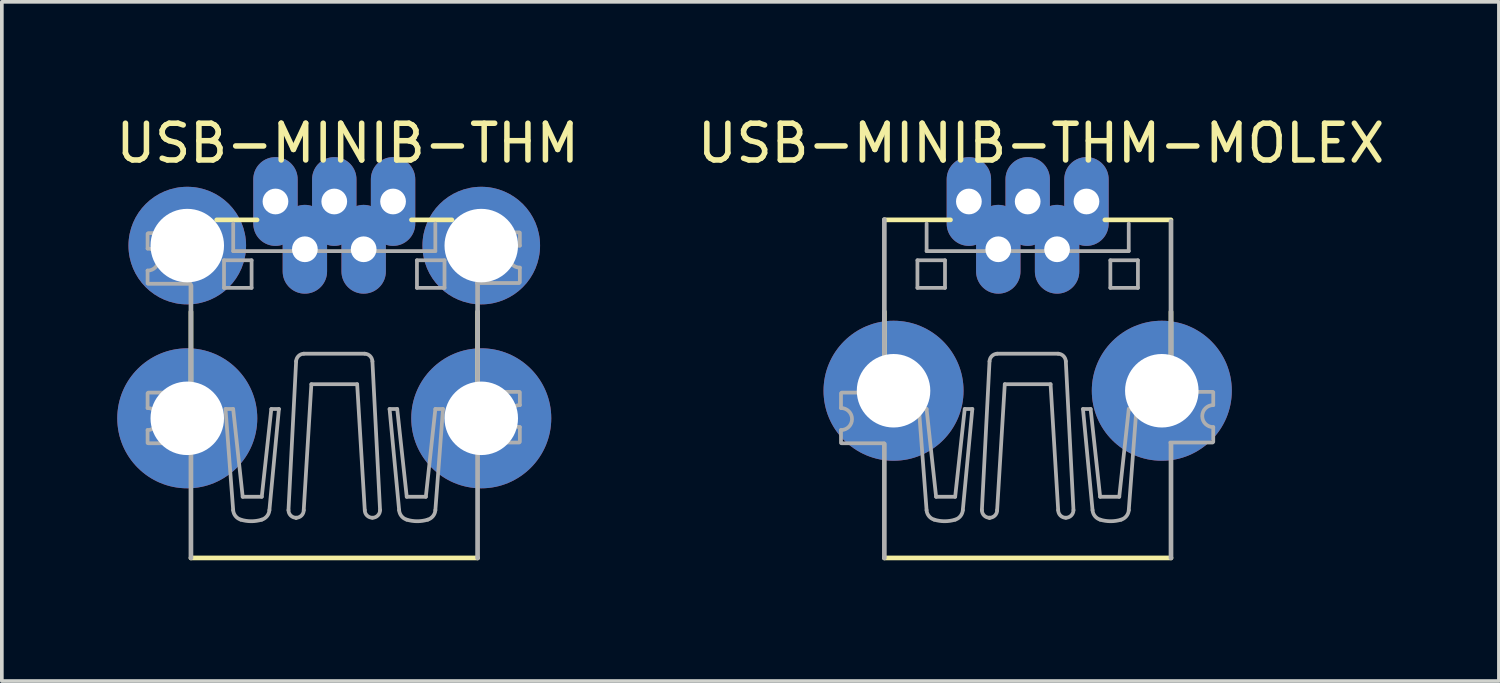
<source format=kicad_pcb>
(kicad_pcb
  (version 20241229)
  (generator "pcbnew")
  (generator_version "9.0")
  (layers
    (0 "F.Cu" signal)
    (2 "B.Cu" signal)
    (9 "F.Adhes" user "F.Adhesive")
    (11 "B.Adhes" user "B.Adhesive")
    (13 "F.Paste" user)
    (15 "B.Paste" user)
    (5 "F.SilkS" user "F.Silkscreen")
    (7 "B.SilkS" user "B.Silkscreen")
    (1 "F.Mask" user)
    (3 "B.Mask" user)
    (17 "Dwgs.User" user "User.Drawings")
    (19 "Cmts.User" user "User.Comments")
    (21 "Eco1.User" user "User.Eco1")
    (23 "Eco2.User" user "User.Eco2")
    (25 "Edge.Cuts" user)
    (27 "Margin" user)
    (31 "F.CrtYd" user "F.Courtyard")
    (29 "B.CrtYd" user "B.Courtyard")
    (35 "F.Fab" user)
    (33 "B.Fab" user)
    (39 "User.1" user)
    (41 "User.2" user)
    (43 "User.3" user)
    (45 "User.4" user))
  (footprint "USB-MINIB-THM-MOLEX"
    (layer "F.Cu")
    (at 24.915 12.153)
    (property "Reference" "USB-MINIB-THM-MOLEX" (at 0.365 -11.305 0) (layer "F.SilkS") (effects (font (size 1 1) (thickness 0.15))))
    (attr through_hole)
    (fp_line (start -3.9 -9.22) (end -2.1 -9.22) (stroke (width 0.127) (type solid)) (layer "F.SilkS"))
    (fp_line (start -3.9 -4.02) (end -3.9 -6.72) (stroke (width 0.127) (type solid)) (layer "F.SilkS"))
    (fp_line (start -3.9 -0.02) (end 3.9 -0.02) (stroke (width 0.127) (type solid)) (layer "F.SilkS"))
    (fp_line (start -1.038 -1.114) (end -1.038 -1.114) (stroke (width 0.102) (type solid)) (layer "F.SilkS"))
    (fp_line (start 2.1 -9.22) (end 3.9 -9.22) (stroke (width 0.127) (type solid)) (layer "F.SilkS"))
    (fp_line (start 3.9 -6.72) (end 3.9 -4.62) (stroke (width 0.127) (type solid)) (layer "F.SilkS"))
    (fp_line (start -5.08 -4.5) (end -5.08 -4.1) (stroke (width 0.102) (type solid)) (layer "F.Fab"))
    (fp_line (start -5.08 -3.15) (end -5.08 -3.5) (stroke (width 0.102) (type solid)) (layer "F.Fab"))
    (fp_line (start -5.06 -4.519) (end -3.91 -4.519) (stroke (width 0.102) (type solid)) (layer "F.Fab"))
    (fp_line (start -3.91 -3.141) (end -5.06 -3.141) (stroke (width 0.102) (type solid)) (layer "F.Fab"))
    (fp_line (start -3.9 -4.53) (end -3.9 -9.23) (stroke (width 0.127) (type solid)) (layer "F.Fab"))
    (fp_line (start -3.9 -0.02) (end -3.9 -3.12) (stroke (width 0.127) (type solid)) (layer "F.Fab"))
    (fp_line (start -3 -8.12) (end -2.25 -8.12) (stroke (width 0.102) (type solid)) (layer "F.Fab"))
    (fp_line (start -3 -7.37) (end -3 -8.12) (stroke (width 0.102) (type solid)) (layer "F.Fab"))
    (fp_line (start -2.959 -4.073) (end -2.751 -1.321) (stroke (width 0.102) (type solid)) (layer "F.Fab"))
    (fp_line (start -2.751 -4.073) (end -2.959 -4.073) (stroke (width 0.102) (type solid)) (layer "F.Fab"))
    (fp_line (start -2.75 -9.12) (end -2.75 -8.37) (stroke (width 0.102) (type solid)) (layer "F.Fab"))
    (fp_line (start -2.75 -8.37) (end 2.75 -8.37) (stroke (width 0.102) (type solid)) (layer "F.Fab"))
    (fp_line (start -2.492 -1.685) (end -2.751 -4.073) (stroke (width 0.102) (type solid)) (layer "F.Fab"))
    (fp_line (start -2.25 -8.12) (end -2.25 -7.37) (stroke (width 0.102) (type solid)) (layer "F.Fab"))
    (fp_line (start -2.25 -7.37) (end -3 -7.37) (stroke (width 0.102) (type solid)) (layer "F.Fab"))
    (fp_line (start -1.973 -1.685) (end -2.492 -1.685) (stroke (width 0.102) (type solid)) (layer "F.Fab"))
    (fp_line (start -1.765 -1.321) (end -1.506 -4.073) (stroke (width 0.102) (type solid)) (layer "F.Fab"))
    (fp_line (start -1.713 -4.073) (end -1.973 -1.685) (stroke (width 0.102) (type solid)) (layer "F.Fab"))
    (fp_line (start -1.506 -4.073) (end -1.713 -4.073) (stroke (width 0.102) (type solid)) (layer "F.Fab"))
    (fp_line (start -1.246 -1.322) (end -1.038 -5.371) (stroke (width 0.102) (type solid)) (layer "F.Fab"))
    (fp_line (start -0.831 -1.321) (end -0.623 -4.748) (stroke (width 0.102) (type solid)) (layer "F.Fab"))
    (fp_line (start 0.623 -4.748) (end -0.623 -4.748) (stroke (width 0.102) (type solid)) (layer "F.Fab"))
    (fp_line (start 0.83 -5.578) (end -0.831 -5.578) (stroke (width 0.102) (type solid)) (layer "F.Fab"))
    (fp_line (start 0.83 -1.321) (end 0.623 -4.748) (stroke (width 0.102) (type solid)) (layer "F.Fab"))
    (fp_line (start 1.246 -1.322) (end 1.038 -5.371) (stroke (width 0.102) (type solid)) (layer "F.Fab"))
    (fp_line (start 1.505 -4.073) (end 1.713 -4.073) (stroke (width 0.102) (type solid)) (layer "F.Fab"))
    (fp_line (start 1.713 -4.073) (end 1.972 -1.685) (stroke (width 0.102) (type solid)) (layer "F.Fab"))
    (fp_line (start 1.765 -1.321) (end 1.505 -4.073) (stroke (width 0.102) (type solid)) (layer "F.Fab"))
    (fp_line (start 1.972 -1.685) (end 2.492 -1.685) (stroke (width 0.102) (type solid)) (layer "F.Fab"))
    (fp_line (start 2.25 -8.12) (end 2.25 -7.37) (stroke (width 0.102) (type solid)) (layer "F.Fab"))
    (fp_line (start 2.25 -7.37) (end 3 -7.37) (stroke (width 0.102) (type solid)) (layer "F.Fab"))
    (fp_line (start 2.492 -1.685) (end 2.751 -4.073) (stroke (width 0.102) (type solid)) (layer "F.Fab"))
    (fp_line (start 2.75 -8.37) (end 2.75 -9.12) (stroke (width 0.102) (type solid)) (layer "F.Fab"))
    (fp_line (start 2.751 -4.073) (end 2.959 -4.073) (stroke (width 0.102) (type solid)) (layer "F.Fab"))
    (fp_line (start 2.959 -4.073) (end 2.751 -1.321) (stroke (width 0.102) (type solid)) (layer "F.Fab"))
    (fp_line (start 3 -8.12) (end 2.25 -8.12) (stroke (width 0.102) (type solid)) (layer "F.Fab"))
    (fp_line (start 3 -7.37) (end 3 -8.12) (stroke (width 0.102) (type solid)) (layer "F.Fab"))
    (fp_line (start 3.88 -4.539) (end 5.03 -4.539) (stroke (width 0.102) (type solid)) (layer "F.Fab"))
    (fp_line (start 3.9 -4.58) (end 3.9 -9.18) (stroke (width 0.127) (type solid)) (layer "F.Fab"))
    (fp_line (start 3.9 -0.02) (end 3.9 -3.12) (stroke (width 0.127) (type solid)) (layer "F.Fab"))
    (fp_line (start 5.03 -3.161) (end 3.88 -3.161) (stroke (width 0.102) (type solid)) (layer "F.Fab"))
    (fp_line (start 5.05 -4.53) (end 5.05 -4.18) (stroke (width 0.102) (type solid)) (layer "F.Fab"))
    (fp_line (start 5.05 -3.18) (end 5.05 -3.58) (stroke (width 0.102) (type solid)) (layer "F.Fab"))
    (fp_arc (start -5.08 -4.1) (mid -4.78 -3.8) (end -5.08 -3.5) (stroke (width 0.1016) (type solid)) (layer "F.Fab"))
    (fp_arc (start -2.5438 -1.062) (mid -2.687659 -1.159703) (end -2.7514 -1.3215) (stroke (width 0.1016) (type solid)) (layer "F.Fab"))
    (fp_arc (start -1.9727 -1.062) (mid -2.25825 -1.019198) (end -2.5438 -1.062) (stroke (width 0.1016) (type solid)) (layer "F.Fab"))
    (fp_arc (start -1.7651 -1.3215) (mid -1.828841 -1.159703) (end -1.9727 -1.062) (stroke (width 0.1016) (type solid)) (layer "F.Fab"))
    (fp_arc (start -1.0383 -5.3708) (mid -0.974177 -5.514346) (end -0.8306 -5.5784) (stroke (width 0.1016) (type solid)) (layer "F.Fab"))
    (fp_arc (start -1.0383 -1.1139) (mid -1.185095 -1.174705) (end -1.2459 -1.3215) (stroke (width 0.1016) (type solid)) (layer "F.Fab"))
    (fp_arc (start -0.8306 -1.3215) (mid -0.891405 -1.174705) (end -1.0382 -1.1139) (stroke (width 0.1016) (type solid)) (layer "F.Fab"))
    (fp_arc (start 0.8304 -5.5784) (mid 0.973951 -5.51432) (end 1.0381 -5.3708) (stroke (width 0.1016) (type solid)) (layer "F.Fab"))
    (fp_arc (start 1.038 -1.1139) (mid 0.891205 -1.174705) (end 0.8304 -1.3215) (stroke (width 0.1016) (type solid)) (layer "F.Fab"))
    (fp_arc (start 1.2457 -1.3215) (mid 1.184895 -1.174705) (end 1.0381 -1.1139) (stroke (width 0.1016) (type solid)) (layer "F.Fab"))
    (fp_arc (start 1.9725 -1.062) (mid 1.828641 -1.159703) (end 1.7649 -1.3215) (stroke (width 0.1016) (type solid)) (layer "F.Fab"))
    (fp_arc (start 2.5436 -1.062) (mid 2.25805 -1.019198) (end 1.9725 -1.062) (stroke (width 0.1016) (type solid)) (layer "F.Fab"))
    (fp_arc (start 2.7512 -1.3215) (mid 2.687459 -1.159703) (end 2.5436 -1.062) (stroke (width 0.1016) (type solid)) (layer "F.Fab"))
    (fp_arc (start 5.05 -3.58) (mid 4.75 -3.88) (end 5.05 -4.18) (stroke (width 0.1016) (type solid)) (layer "F.Fab"))
    (pad "D+" thru_hole oval (at 0 -9.72) (size 1.208 2.416) (drill 0.7) (layers "*.Cu" "*.Mask"))
    (pad "D-" thru_hole oval (at -0.8 -8.42) (size 1.208 2.416) (drill 0.7) (layers "*.Cu" "*.Mask"))
    (pad "GND" thru_hole oval (at 1.6 -9.72) (size 1.208 2.416) (drill 0.7) (layers "*.Cu" "*.Mask"))
    (pad "GND1" thru_hole circle (at -3.65 -4.57) (size 3.81 3.81) (drill 2) (layers "*.Cu" "*.Mask"))
    (pad "GND4" thru_hole circle (at 3.65 -4.57) (size 3.81 3.81) (drill 2) (layers "*.Cu" "*.Mask"))
    (pad "ID" thru_hole oval (at 0.8 -8.42) (size 1.208 2.416) (drill 0.7) (layers "*.Cu" "*.Mask"))
    (pad "VBUS" thru_hole oval (at -1.6 -9.72) (size 1.208 2.416) (drill 0.7) (layers "*.Cu" "*.Mask")))
  (footprint "USB-MINIB-THM"
    (layer "F.Cu")
    (at 6.046 12.233)
    (property "Reference" "USB-MINIB-THM" (at 0.365 -11.385 0) (layer "F.SilkS") (effects (font (size 1 1) (thickness 0.15))))
    (attr through_hole)
    (fp_line (start -3.9 -4.1) (end -3.9 -6.8) (stroke (width 0.127) (type solid)) (layer "F.SilkS"))
    (fp_line (start -3.9 -0.1) (end 3.9 -0.1) (stroke (width 0.127) (type solid)) (layer "F.SilkS"))
    (fp_line (start -3.2 -9.3) (end -2.1 -9.3) (stroke (width 0.127) (type solid)) (layer "F.SilkS"))
    (fp_line (start -1.038 -1.194) (end -1.038 -1.194) (stroke (width 0.102) (type solid)) (layer "F.SilkS"))
    (fp_line (start 2.1 -9.3) (end 3.2 -9.3) (stroke (width 0.127) (type solid)) (layer "F.SilkS"))
    (fp_line (start 3.9 -6.8) (end 3.9 -4.7) (stroke (width 0.127) (type solid)) (layer "F.SilkS"))
    (fp_line (start -5.08 -8.92) (end -5.08 -8.52) (stroke (width 0.102) (type solid)) (layer "F.Fab"))
    (fp_line (start -5.08 -7.57) (end -5.08 -7.92) (stroke (width 0.102) (type solid)) (layer "F.Fab"))
    (fp_line (start -5.08 -4.58) (end -5.08 -4.18) (stroke (width 0.102) (type solid)) (layer "F.Fab"))
    (fp_line (start -5.08 -3.23) (end -5.08 -3.58) (stroke (width 0.102) (type solid)) (layer "F.Fab"))
    (fp_line (start -5.06 -8.939) (end -3.91 -8.939) (stroke (width 0.102) (type solid)) (layer "F.Fab"))
    (fp_line (start -5.06 -4.599) (end -3.91 -4.599) (stroke (width 0.102) (type solid)) (layer "F.Fab"))
    (fp_line (start -3.91 -7.561) (end -5.06 -7.561) (stroke (width 0.102) (type solid)) (layer "F.Fab"))
    (fp_line (start -3.91 -3.221) (end -5.06 -3.221) (stroke (width 0.102) (type solid)) (layer "F.Fab"))
    (fp_line (start -3.9 -9.3) (end -3.9 -8.95) (stroke (width 0.127) (type solid)) (layer "F.Fab"))
    (fp_line (start -3.9 -4.61) (end -3.9 -7.51) (stroke (width 0.127) (type solid)) (layer "F.Fab"))
    (fp_line (start -3.9 -0.1) (end -3.9 -3.2) (stroke (width 0.127) (type solid)) (layer "F.Fab"))
    (fp_line (start -3 -8.2) (end -2.25 -8.2) (stroke (width 0.102) (type solid)) (layer "F.Fab"))
    (fp_line (start -3 -7.45) (end -3 -8.2) (stroke (width 0.102) (type solid)) (layer "F.Fab"))
    (fp_line (start -2.959 -4.153) (end -2.751 -1.401) (stroke (width 0.102) (type solid)) (layer "F.Fab"))
    (fp_line (start -2.751 -4.153) (end -2.959 -4.153) (stroke (width 0.102) (type solid)) (layer "F.Fab"))
    (fp_line (start -2.75 -9.2) (end -2.75 -8.45) (stroke (width 0.102) (type solid)) (layer "F.Fab"))
    (fp_line (start -2.75 -8.45) (end 2.75 -8.45) (stroke (width 0.102) (type solid)) (layer "F.Fab"))
    (fp_line (start -2.492 -1.765) (end -2.751 -4.153) (stroke (width 0.102) (type solid)) (layer "F.Fab"))
    (fp_line (start -2.25 -8.2) (end -2.25 -7.45) (stroke (width 0.102) (type solid)) (layer "F.Fab"))
    (fp_line (start -2.25 -7.45) (end -3 -7.45) (stroke (width 0.102) (type solid)) (layer "F.Fab"))
    (fp_line (start -1.973 -1.765) (end -2.492 -1.765) (stroke (width 0.102) (type solid)) (layer "F.Fab"))
    (fp_line (start -1.765 -1.401) (end -1.506 -4.153) (stroke (width 0.102) (type solid)) (layer "F.Fab"))
    (fp_line (start -1.713 -4.153) (end -1.973 -1.765) (stroke (width 0.102) (type solid)) (layer "F.Fab"))
    (fp_line (start -1.506 -4.153) (end -1.713 -4.153) (stroke (width 0.102) (type solid)) (layer "F.Fab"))
    (fp_line (start -1.246 -1.402) (end -1.038 -5.451) (stroke (width 0.102) (type solid)) (layer "F.Fab"))
    (fp_line (start -0.831 -1.401) (end -0.623 -4.828) (stroke (width 0.102) (type solid)) (layer "F.Fab"))
    (fp_line (start 0.623 -4.828) (end -0.623 -4.828) (stroke (width 0.102) (type solid)) (layer "F.Fab"))
    (fp_line (start 0.83 -5.658) (end -0.831 -5.658) (stroke (width 0.102) (type solid)) (layer "F.Fab"))
    (fp_line (start 0.83 -1.401) (end 0.623 -4.828) (stroke (width 0.102) (type solid)) (layer "F.Fab"))
    (fp_line (start 1.246 -1.402) (end 1.038 -5.451) (stroke (width 0.102) (type solid)) (layer "F.Fab"))
    (fp_line (start 1.505 -4.153) (end 1.713 -4.153) (stroke (width 0.102) (type solid)) (layer "F.Fab"))
    (fp_line (start 1.713 -4.153) (end 1.972 -1.765) (stroke (width 0.102) (type solid)) (layer "F.Fab"))
    (fp_line (start 1.765 -1.401) (end 1.505 -4.153) (stroke (width 0.102) (type solid)) (layer "F.Fab"))
    (fp_line (start 1.972 -1.765) (end 2.492 -1.765) (stroke (width 0.102) (type solid)) (layer "F.Fab"))
    (fp_line (start 2.25 -8.2) (end 2.25 -7.45) (stroke (width 0.102) (type solid)) (layer "F.Fab"))
    (fp_line (start 2.25 -7.45) (end 3 -7.45) (stroke (width 0.102) (type solid)) (layer "F.Fab"))
    (fp_line (start 2.492 -1.765) (end 2.751 -4.153) (stroke (width 0.102) (type solid)) (layer "F.Fab"))
    (fp_line (start 2.75 -8.45) (end 2.75 -9.2) (stroke (width 0.102) (type solid)) (layer "F.Fab"))
    (fp_line (start 2.751 -4.153) (end 2.959 -4.153) (stroke (width 0.102) (type solid)) (layer "F.Fab"))
    (fp_line (start 2.959 -4.153) (end 2.751 -1.401) (stroke (width 0.102) (type solid)) (layer "F.Fab"))
    (fp_line (start 3 -8.2) (end 2.25 -8.2) (stroke (width 0.102) (type solid)) (layer "F.Fab"))
    (fp_line (start 3 -7.45) (end 3 -8.2) (stroke (width 0.102) (type solid)) (layer "F.Fab"))
    (fp_line (start 3.88 -8.959) (end 5.03 -8.959) (stroke (width 0.102) (type solid)) (layer "F.Fab"))
    (fp_line (start 3.88 -4.619) (end 5.03 -4.619) (stroke (width 0.102) (type solid)) (layer "F.Fab"))
    (fp_line (start 3.9 -9.3) (end 3.9 -9) (stroke (width 0.127) (type solid)) (layer "F.Fab"))
    (fp_line (start 3.9 -4.66) (end 3.9 -7.56) (stroke (width 0.127) (type solid)) (layer "F.Fab"))
    (fp_line (start 3.9 -0.1) (end 3.9 -3.2) (stroke (width 0.127) (type solid)) (layer "F.Fab"))
    (fp_line (start 5.03 -7.581) (end 3.88 -7.581) (stroke (width 0.102) (type solid)) (layer "F.Fab"))
    (fp_line (start 5.03 -3.241) (end 3.88 -3.241) (stroke (width 0.102) (type solid)) (layer "F.Fab"))
    (fp_line (start 5.05 -8.95) (end 5.05 -8.6) (stroke (width 0.102) (type solid)) (layer "F.Fab"))
    (fp_line (start 5.05 -7.6) (end 5.05 -8) (stroke (width 0.102) (type solid)) (layer "F.Fab"))
    (fp_line (start 5.05 -4.61) (end 5.05 -4.26) (stroke (width 0.102) (type solid)) (layer "F.Fab"))
    (fp_line (start 5.05 -3.26) (end 5.05 -3.66) (stroke (width 0.102) (type solid)) (layer "F.Fab"))
    (fp_arc (start -5.08 -8.52) (mid -4.78 -8.22) (end -5.08 -7.92) (stroke (width 0.1016) (type solid)) (layer "F.Fab"))
    (fp_arc (start -5.08 -4.18) (mid -4.78 -3.88) (end -5.08 -3.58) (stroke (width 0.1016) (type solid)) (layer "F.Fab"))
    (fp_arc (start -2.5438 -1.142) (mid -2.687659 -1.239703) (end -2.7514 -1.4015) (stroke (width 0.1016) (type solid)) (layer "F.Fab"))
    (fp_arc (start -1.9727 -1.142) (mid -2.25825 -1.099198) (end -2.5438 -1.142) (stroke (width 0.1016) (type solid)) (layer "F.Fab"))
    (fp_arc (start -1.7651 -1.4015) (mid -1.828841 -1.239703) (end -1.9727 -1.142) (stroke (width 0.1016) (type solid)) (layer "F.Fab"))
    (fp_arc (start -1.0383 -5.4508) (mid -0.974177 -5.594346) (end -0.8306 -5.6584) (stroke (width 0.1016) (type solid)) (layer "F.Fab"))
    (fp_arc (start -1.0383 -1.1939) (mid -1.185095 -1.254705) (end -1.2459 -1.4015) (stroke (width 0.1016) (type solid)) (layer "F.Fab"))
    (fp_arc (start -0.8306 -1.4015) (mid -0.891405 -1.254705) (end -1.0382 -1.1939) (stroke (width 0.1016) (type solid)) (layer "F.Fab"))
    (fp_arc (start 0.8304 -5.6584) (mid 0.973951 -5.59432) (end 1.0381 -5.4508) (stroke (width 0.1016) (type solid)) (layer "F.Fab"))
    (fp_arc (start 1.038 -1.1939) (mid 0.891205 -1.254705) (end 0.8304 -1.4015) (stroke (width 0.1016) (type solid)) (layer "F.Fab"))
    (fp_arc (start 1.2457 -1.4015) (mid 1.184895 -1.254705) (end 1.0381 -1.1939) (stroke (width 0.1016) (type solid)) (layer "F.Fab"))
    (fp_arc (start 1.9725 -1.142) (mid 1.828641 -1.239703) (end 1.7649 -1.4015) (stroke (width 0.1016) (type solid)) (layer "F.Fab"))
    (fp_arc (start 2.5436 -1.142) (mid 2.25805 -1.099198) (end 1.9725 -1.142) (stroke (width 0.1016) (type solid)) (layer "F.Fab"))
    (fp_arc (start 2.7512 -1.4015) (mid 2.687459 -1.239703) (end 2.5436 -1.142) (stroke (width 0.1016) (type solid)) (layer "F.Fab"))
    (fp_arc (start 5.05 -8) (mid 4.75 -8.3) (end 5.05 -8.6) (stroke (width 0.1016) (type solid)) (layer "F.Fab"))
    (fp_arc (start 5.05 -3.66) (mid 4.75 -3.96) (end 5.05 -4.26) (stroke (width 0.1016) (type solid)) (layer "F.Fab"))
    (pad "D+" thru_hole oval (at 0 -9.8) (size 1.208 2.416) (drill 0.7) (layers "*.Cu" "*.Mask"))
    (pad "D-" thru_hole oval (at -0.8 -8.5) (size 1.208 2.416) (drill 0.7) (layers "*.Cu" "*.Mask"))
    (pad "GND" thru_hole oval (at 1.6 -9.8) (size 1.208 2.416) (drill 0.7) (layers "*.Cu" "*.Mask"))
    (pad "GND1" thru_hole circle (at -4 -3.9) (size 3.81 3.81) (drill 2) (layers "*.Cu" "*.Mask"))
    (pad "GND2" thru_hole circle (at -4 -8.6) (size 3.2 3.2) (drill 2) (layers "*.Cu" "*.Mask"))
    (pad "GND3" thru_hole circle (at 4 -8.6) (size 3.2 3.2) (drill 2) (layers "*.Cu" "*.Mask"))
    (pad "GND4" thru_hole circle (at 4 -3.9) (size 3.81 3.81) (drill 2) (layers "*.Cu" "*.Mask"))
    (pad "ID" thru_hole oval (at 0.8 -8.5) (size 1.208 2.416) (drill 0.7) (layers "*.Cu" "*.Mask"))
    (pad "VBUS" thru_hole oval (at -1.6 -9.8) (size 1.208 2.416) (drill 0.7) (layers "*.Cu" "*.Mask")))
  (gr_rect
    (start -3 -3)
    (end 37.738 15.483)
    (stroke (width 0.1) (type default))
    (fill no)
    (layer "Edge.Cuts")))
</source>
